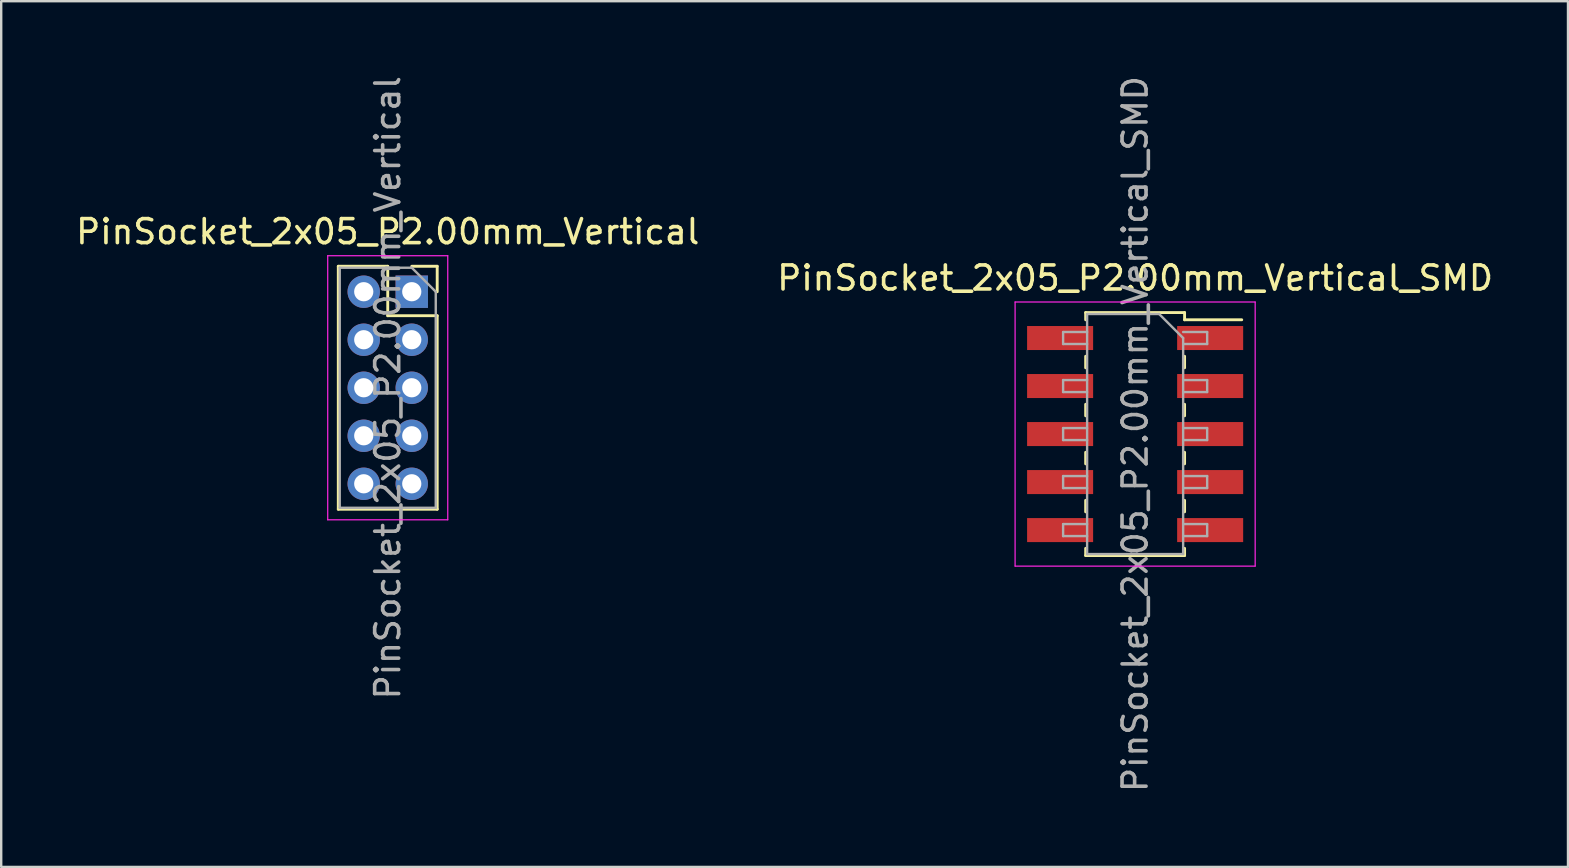
<source format=kicad_pcb>
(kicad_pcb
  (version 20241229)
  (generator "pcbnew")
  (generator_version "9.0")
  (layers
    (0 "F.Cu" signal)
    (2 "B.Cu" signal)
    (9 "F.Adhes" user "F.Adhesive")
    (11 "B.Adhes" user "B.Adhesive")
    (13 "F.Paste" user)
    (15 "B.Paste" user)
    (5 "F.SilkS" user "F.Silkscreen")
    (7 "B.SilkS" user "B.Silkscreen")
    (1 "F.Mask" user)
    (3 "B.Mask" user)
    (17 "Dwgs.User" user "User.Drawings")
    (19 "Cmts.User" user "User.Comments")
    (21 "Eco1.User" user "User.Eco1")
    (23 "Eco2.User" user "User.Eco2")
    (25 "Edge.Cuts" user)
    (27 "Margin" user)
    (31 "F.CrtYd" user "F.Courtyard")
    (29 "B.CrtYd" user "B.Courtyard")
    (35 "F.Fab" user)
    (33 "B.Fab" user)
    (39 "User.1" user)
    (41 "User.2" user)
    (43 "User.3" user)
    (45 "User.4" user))
  (footprint "PinSocket_2x05_P2.00mm_Vertical"
    (layer "F.Cu")
    (at 14.101 9.101)
    (property "Reference" "PinSocket_2x05_P2.00mm_Vertical" (at -1 -2.5 0) (layer "F.SilkS") (effects (font (size 1 1) (thickness 0.15))))
    (attr through_hole)
    (fp_line (start -3.06 -1.06) (end -3.06 9.06) (stroke (width 0.12) (type solid)) (layer "F.SilkS"))
    (fp_line (start -3.06 -1.06) (end -1 -1.06) (stroke (width 0.12) (type solid)) (layer "F.SilkS"))
    (fp_line (start -3.06 9.06) (end 1.06 9.06) (stroke (width 0.12) (type solid)) (layer "F.SilkS"))
    (fp_line (start -1 -1.06) (end -1 1) (stroke (width 0.12) (type solid)) (layer "F.SilkS"))
    (fp_line (start -1 1) (end 1.06 1) (stroke (width 0.12) (type solid)) (layer "F.SilkS"))
    (fp_line (start 0 -1.06) (end 1.06 -1.06) (stroke (width 0.12) (type solid)) (layer "F.SilkS"))
    (fp_line (start 1.06 -1.06) (end 1.06 0) (stroke (width 0.12) (type solid)) (layer "F.SilkS"))
    (fp_line (start 1.06 1) (end 1.06 9.06) (stroke (width 0.12) (type solid)) (layer "F.SilkS"))
    (fp_line (start -3.5 -1.5) (end 1.5 -1.5) (stroke (width 0.05) (type solid)) (layer "F.CrtYd"))
    (fp_line (start -3.5 9.5) (end -3.5 -1.5) (stroke (width 0.05) (type solid)) (layer "F.CrtYd"))
    (fp_line (start 1.5 -1.5) (end 1.5 9.5) (stroke (width 0.05) (type solid)) (layer "F.CrtYd"))
    (fp_line (start 1.5 9.5) (end -3.5 9.5) (stroke (width 0.05) (type solid)) (layer "F.CrtYd"))
    (fp_line (start -3 -1) (end 0 -1) (stroke (width 0.1) (type solid)) (layer "F.Fab"))
    (fp_line (start -3 9) (end -3 -1) (stroke (width 0.1) (type solid)) (layer "F.Fab"))
    (fp_line (start 0 -1) (end 1 0) (stroke (width 0.1) (type solid)) (layer "F.Fab"))
    (fp_line (start 1 0) (end 1 9) (stroke (width 0.1) (type solid)) (layer "F.Fab"))
    (fp_line (start 1 9) (end -3 9) (stroke (width 0.1) (type solid)) (layer "F.Fab"))
    (fp_text user "${REFERENCE}" (at -1 4 90) (layer "F.Fab") (effects (font (size 1 1) (thickness 0.15))))
    (pad "1" thru_hole rect (at 0 0) (size 1.35 1.35) (drill 0.8) (layers "*.Cu" "*.Mask"))
    (pad "2" thru_hole oval (at -2 0) (size 1.35 1.35) (drill 0.8) (layers "*.Cu" "*.Mask"))
    (pad "3" thru_hole oval (at 0 2) (size 1.35 1.35) (drill 0.8) (layers "*.Cu" "*.Mask"))
    (pad "4" thru_hole oval (at -2 2) (size 1.35 1.35) (drill 0.8) (layers "*.Cu" "*.Mask"))
    (pad "5" thru_hole oval (at 0 4) (size 1.35 1.35) (drill 0.8) (layers "*.Cu" "*.Mask"))
    (pad "6" thru_hole oval (at -2 4) (size 1.35 1.35) (drill 0.8) (layers "*.Cu" "*.Mask"))
    (pad "7" thru_hole oval (at 0 6) (size 1.35 1.35) (drill 0.8) (layers "*.Cu" "*.Mask"))
    (pad "8" thru_hole oval (at -2 6) (size 1.35 1.35) (drill 0.8) (layers "*.Cu" "*.Mask"))
    (pad "9" thru_hole oval (at 0 8) (size 1.35 1.35) (drill 0.8) (layers "*.Cu" "*.Mask"))
    (pad "10" thru_hole oval (at -2 8) (size 1.35 1.35) (drill 0.8) (layers "*.Cu" "*.Mask")))
  (footprint "PinSocket_2x05_P2.00mm_Vertical_SMD"
    (layer "F.Cu")
    (at 44.232 15.03)
    (property "Reference" "PinSocket_2x05_P2.00mm_Vertical_SMD" (at 0 -6.5 0) (layer "F.SilkS") (effects (font (size 1 1) (thickness 0.15))))
    (attr smd)
    (fp_line (start -2.06 -5.06) (end -2.06 -4.76) (stroke (width 0.12) (type solid)) (layer "F.SilkS"))
    (fp_line (start -2.06 -5.06) (end 2.06 -5.06) (stroke (width 0.12) (type solid)) (layer "F.SilkS"))
    (fp_line (start -2.06 -3.24) (end -2.06 -2.76) (stroke (width 0.12) (type solid)) (layer "F.SilkS"))
    (fp_line (start -2.06 -1.24) (end -2.06 -0.76) (stroke (width 0.12) (type solid)) (layer "F.SilkS"))
    (fp_line (start -2.06 0.76) (end -2.06 1.24) (stroke (width 0.12) (type solid)) (layer "F.SilkS"))
    (fp_line (start -2.06 2.76) (end -2.06 3.24) (stroke (width 0.12) (type solid)) (layer "F.SilkS"))
    (fp_line (start -2.06 4.76) (end -2.06 5.06) (stroke (width 0.12) (type solid)) (layer "F.SilkS"))
    (fp_line (start -2.06 5.06) (end 2.06 5.06) (stroke (width 0.12) (type solid)) (layer "F.SilkS"))
    (fp_line (start 2.06 -5.06) (end 2.06 -4.76) (stroke (width 0.12) (type solid)) (layer "F.SilkS"))
    (fp_line (start 2.06 -4.76) (end 4.44 -4.76) (stroke (width 0.12) (type solid)) (layer "F.SilkS"))
    (fp_line (start 2.06 -3.24) (end 2.06 -2.76) (stroke (width 0.12) (type solid)) (layer "F.SilkS"))
    (fp_line (start 2.06 -1.24) (end 2.06 -0.76) (stroke (width 0.12) (type solid)) (layer "F.SilkS"))
    (fp_line (start 2.06 0.76) (end 2.06 1.24) (stroke (width 0.12) (type solid)) (layer "F.SilkS"))
    (fp_line (start 2.06 2.76) (end 2.06 3.24) (stroke (width 0.12) (type solid)) (layer "F.SilkS"))
    (fp_line (start 2.06 4.76) (end 2.06 5.06) (stroke (width 0.12) (type solid)) (layer "F.SilkS"))
    (fp_line (start -5 -5.5) (end 5 -5.5) (stroke (width 0.05) (type solid)) (layer "F.CrtYd"))
    (fp_line (start -5 5.5) (end -5 -5.5) (stroke (width 0.05) (type solid)) (layer "F.CrtYd"))
    (fp_line (start 5 -5.5) (end 5 5.5) (stroke (width 0.05) (type solid)) (layer "F.CrtYd"))
    (fp_line (start 5 5.5) (end -5 5.5) (stroke (width 0.05) (type solid)) (layer "F.CrtYd"))
    (fp_line (start -3 -4.25) (end -2 -4.25) (stroke (width 0.1) (type solid)) (layer "F.Fab"))
    (fp_line (start -3 -3.75) (end -3 -4.25) (stroke (width 0.1) (type solid)) (layer "F.Fab"))
    (fp_line (start -3 -2.25) (end -2 -2.25) (stroke (width 0.1) (type solid)) (layer "F.Fab"))
    (fp_line (start -3 -1.75) (end -3 -2.25) (stroke (width 0.1) (type solid)) (layer "F.Fab"))
    (fp_line (start -3 -0.25) (end -2 -0.25) (stroke (width 0.1) (type solid)) (layer "F.Fab"))
    (fp_line (start -3 0.25) (end -3 -0.25) (stroke (width 0.1) (type solid)) (layer "F.Fab"))
    (fp_line (start -3 1.75) (end -2 1.75) (stroke (width 0.1) (type solid)) (layer "F.Fab"))
    (fp_line (start -3 2.25) (end -3 1.75) (stroke (width 0.1) (type solid)) (layer "F.Fab"))
    (fp_line (start -3 3.75) (end -2 3.75) (stroke (width 0.1) (type solid)) (layer "F.Fab"))
    (fp_line (start -3 4.25) (end -3 3.75) (stroke (width 0.1) (type solid)) (layer "F.Fab"))
    (fp_line (start -2 -5) (end 1 -5) (stroke (width 0.1) (type solid)) (layer "F.Fab"))
    (fp_line (start -2 -3.75) (end -3 -3.75) (stroke (width 0.1) (type solid)) (layer "F.Fab"))
    (fp_line (start -2 -1.75) (end -3 -1.75) (stroke (width 0.1) (type solid)) (layer "F.Fab"))
    (fp_line (start -2 0.25) (end -3 0.25) (stroke (width 0.1) (type solid)) (layer "F.Fab"))
    (fp_line (start -2 2.25) (end -3 2.25) (stroke (width 0.1) (type solid)) (layer "F.Fab"))
    (fp_line (start -2 4.25) (end -3 4.25) (stroke (width 0.1) (type solid)) (layer "F.Fab"))
    (fp_line (start -2 5) (end -2 -5) (stroke (width 0.1) (type solid)) (layer "F.Fab"))
    (fp_line (start 1 -5) (end 2 -4) (stroke (width 0.1) (type solid)) (layer "F.Fab"))
    (fp_line (start 2 -4.25) (end 3 -4.25) (stroke (width 0.1) (type solid)) (layer "F.Fab"))
    (fp_line (start 2 -4) (end 2 5) (stroke (width 0.1) (type solid)) (layer "F.Fab"))
    (fp_line (start 2 -2.25) (end 3 -2.25) (stroke (width 0.1) (type solid)) (layer "F.Fab"))
    (fp_line (start 2 -0.25) (end 3 -0.25) (stroke (width 0.1) (type solid)) (layer "F.Fab"))
    (fp_line (start 2 1.75) (end 3 1.75) (stroke (width 0.1) (type solid)) (layer "F.Fab"))
    (fp_line (start 2 3.75) (end 3 3.75) (stroke (width 0.1) (type solid)) (layer "F.Fab"))
    (fp_line (start 2 5) (end -2 5) (stroke (width 0.1) (type solid)) (layer "F.Fab"))
    (fp_line (start 3 -4.25) (end 3 -3.75) (stroke (width 0.1) (type solid)) (layer "F.Fab"))
    (fp_line (start 3 -3.75) (end 2 -3.75) (stroke (width 0.1) (type solid)) (layer "F.Fab"))
    (fp_line (start 3 -2.25) (end 3 -1.75) (stroke (width 0.1) (type solid)) (layer "F.Fab"))
    (fp_line (start 3 -1.75) (end 2 -1.75) (stroke (width 0.1) (type solid)) (layer "F.Fab"))
    (fp_line (start 3 -0.25) (end 3 0.25) (stroke (width 0.1) (type solid)) (layer "F.Fab"))
    (fp_line (start 3 0.25) (end 2 0.25) (stroke (width 0.1) (type solid)) (layer "F.Fab"))
    (fp_line (start 3 1.75) (end 3 2.25) (stroke (width 0.1) (type solid)) (layer "F.Fab"))
    (fp_line (start 3 2.25) (end 2 2.25) (stroke (width 0.1) (type solid)) (layer "F.Fab"))
    (fp_line (start 3 3.75) (end 3 4.25) (stroke (width 0.1) (type solid)) (layer "F.Fab"))
    (fp_line (start 3 4.25) (end 2 4.25) (stroke (width 0.1) (type solid)) (layer "F.Fab"))
    (fp_text user "${REFERENCE}" (at 0 0 90) (layer "F.Fab") (effects (font (size 1 1) (thickness 0.15))))
    (pad "1" smd rect (at 3.125 -4) (size 2.75 1) (layers "F.Cu" "F.Mask" "F.Paste"))
    (pad "2" smd rect (at -3.125 -4) (size 2.75 1) (layers "F.Cu" "F.Mask" "F.Paste"))
    (pad "3" smd rect (at 3.125 -2) (size 2.75 1) (layers "F.Cu" "F.Mask" "F.Paste"))
    (pad "4" smd rect (at -3.125 -2) (size 2.75 1) (layers "F.Cu" "F.Mask" "F.Paste"))
    (pad "5" smd rect (at 3.125 0) (size 2.75 1) (layers "F.Cu" "F.Mask" "F.Paste"))
    (pad "6" smd rect (at -3.125 0) (size 2.75 1) (layers "F.Cu" "F.Mask" "F.Paste"))
    (pad "7" smd rect (at 3.125 2) (size 2.75 1) (layers "F.Cu" "F.Mask" "F.Paste"))
    (pad "8" smd rect (at -3.125 2) (size 2.75 1) (layers "F.Cu" "F.Mask" "F.Paste"))
    (pad "9" smd rect (at 3.125 4) (size 2.75 1) (layers "F.Cu" "F.Mask" "F.Paste"))
    (pad "10" smd rect (at -3.125 4) (size 2.75 1) (layers "F.Cu" "F.Mask" "F.Paste")))
  (gr_rect
    (start -3 -3)
    (end 62.262 33.06)
    (stroke (width 0.1) (type default))
    (fill no)
    (layer "Edge.Cuts")))
</source>
